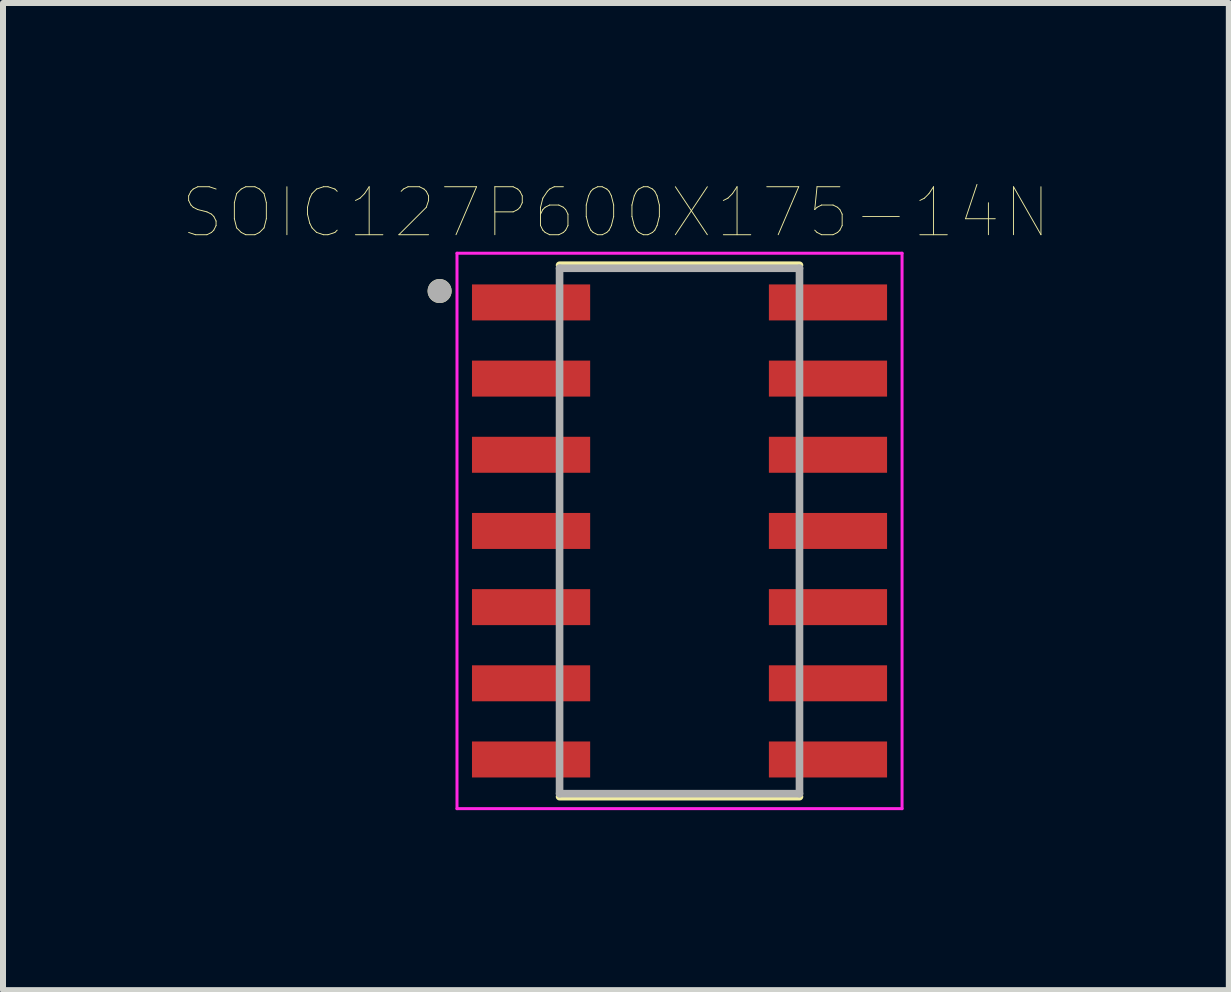
<source format=kicad_pcb>
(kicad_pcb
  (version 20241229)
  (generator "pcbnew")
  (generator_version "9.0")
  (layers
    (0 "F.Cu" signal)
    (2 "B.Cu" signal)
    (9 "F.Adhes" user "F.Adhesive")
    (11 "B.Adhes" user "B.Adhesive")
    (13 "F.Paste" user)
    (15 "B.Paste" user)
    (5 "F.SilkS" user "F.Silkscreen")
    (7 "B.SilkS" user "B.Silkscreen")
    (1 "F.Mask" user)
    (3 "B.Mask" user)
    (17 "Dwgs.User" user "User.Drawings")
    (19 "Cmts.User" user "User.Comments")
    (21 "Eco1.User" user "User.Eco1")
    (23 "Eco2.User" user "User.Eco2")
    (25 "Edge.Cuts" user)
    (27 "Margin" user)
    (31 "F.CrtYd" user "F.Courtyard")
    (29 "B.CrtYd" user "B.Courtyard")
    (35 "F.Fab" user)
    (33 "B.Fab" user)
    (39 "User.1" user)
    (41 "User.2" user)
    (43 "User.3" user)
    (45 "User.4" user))
  (footprint "SOIC127P600X175-14N"
    (layer "F.Cu")
    (at 8.279 5.802)
    (property "Reference" "SOIC127P600X175-14N" (at -1.06 -5.308 0) (layer "F.SilkS") (effects (font (size 0.8 0.8) (thickness 0.015))))
    (attr through_hole)
    (fp_line (start -2 -4.43) (end 2 -4.43) (stroke (width 0.127) (type solid)) (layer "F.SilkS"))
    (fp_line (start -2 4.43) (end 2 4.43) (stroke (width 0.127) (type solid)) (layer "F.SilkS"))
    (fp_circle (center -4 -4) (end -3.9 -4) (stroke (width 0.2) (type solid)) (fill no) (layer "F.SilkS"))
    (fp_line (start -3.71 -4.63) (end -3.71 4.63) (stroke (width 0.05) (type solid)) (layer "F.CrtYd"))
    (fp_line (start -3.71 -4.63) (end 3.71 -4.63) (stroke (width 0.05) (type solid)) (layer "F.CrtYd"))
    (fp_line (start -3.71 4.63) (end 3.71 4.63) (stroke (width 0.05) (type solid)) (layer "F.CrtYd"))
    (fp_line (start 3.71 -4.63) (end 3.71 4.63) (stroke (width 0.05) (type solid)) (layer "F.CrtYd"))
    (fp_line (start -2 -4.38) (end -2 4.38) (stroke (width 0.127) (type solid)) (layer "F.Fab"))
    (fp_line (start -2 -4.38) (end 2 -4.38) (stroke (width 0.127) (type solid)) (layer "F.Fab"))
    (fp_line (start -2 4.38) (end 2 4.38) (stroke (width 0.127) (type solid)) (layer "F.Fab"))
    (fp_line (start 2 -4.38) (end 2 4.38) (stroke (width 0.127) (type solid)) (layer "F.Fab"))
    (fp_circle (center -4 -4) (end -3.9 -4) (stroke (width 0.2) (type solid)) (fill no) (layer "F.Fab"))
    (pad "1" smd rect (at -2.475 -3.81) (size 1.97 0.6) (layers "F.Cu" "F.Mask" "F.Paste"))
    (pad "2" smd rect (at -2.475 -2.54) (size 1.97 0.6) (layers "F.Cu" "F.Mask" "F.Paste"))
    (pad "3" smd rect (at -2.475 -1.27) (size 1.97 0.6) (layers "F.Cu" "F.Mask" "F.Paste"))
    (pad "4" smd rect (at -2.475 0) (size 1.97 0.6) (layers "F.Cu" "F.Mask" "F.Paste"))
    (pad "5" smd rect (at -2.475 1.27) (size 1.97 0.6) (layers "F.Cu" "F.Mask" "F.Paste"))
    (pad "6" smd rect (at -2.475 2.54) (size 1.97 0.6) (layers "F.Cu" "F.Mask" "F.Paste"))
    (pad "7" smd rect (at -2.475 3.81) (size 1.97 0.6) (layers "F.Cu" "F.Mask" "F.Paste"))
    (pad "8" smd rect (at 2.475 3.81) (size 1.97 0.6) (layers "F.Cu" "F.Mask" "F.Paste"))
    (pad "9" smd rect (at 2.475 2.54) (size 1.97 0.6) (layers "F.Cu" "F.Mask" "F.Paste"))
    (pad "10" smd rect (at 2.475 1.27) (size 1.97 0.6) (layers "F.Cu" "F.Mask" "F.Paste"))
    (pad "11" smd rect (at 2.475 0) (size 1.97 0.6) (layers "F.Cu" "F.Mask" "F.Paste"))
    (pad "12" smd rect (at 2.475 -1.27) (size 1.97 0.6) (layers "F.Cu" "F.Mask" "F.Paste"))
    (pad "13" smd rect (at 2.475 -2.54) (size 1.97 0.6) (layers "F.Cu" "F.Mask" "F.Paste"))
    (pad "14" smd rect (at 2.475 -3.81) (size 1.97 0.6) (layers "F.Cu" "F.Mask" "F.Paste")))
  (gr_rect
    (start -3 -3)
    (end 17.437 13.457)
    (stroke (width 0.1) (type default))
    (fill no)
    (layer "Edge.Cuts")))
</source>
